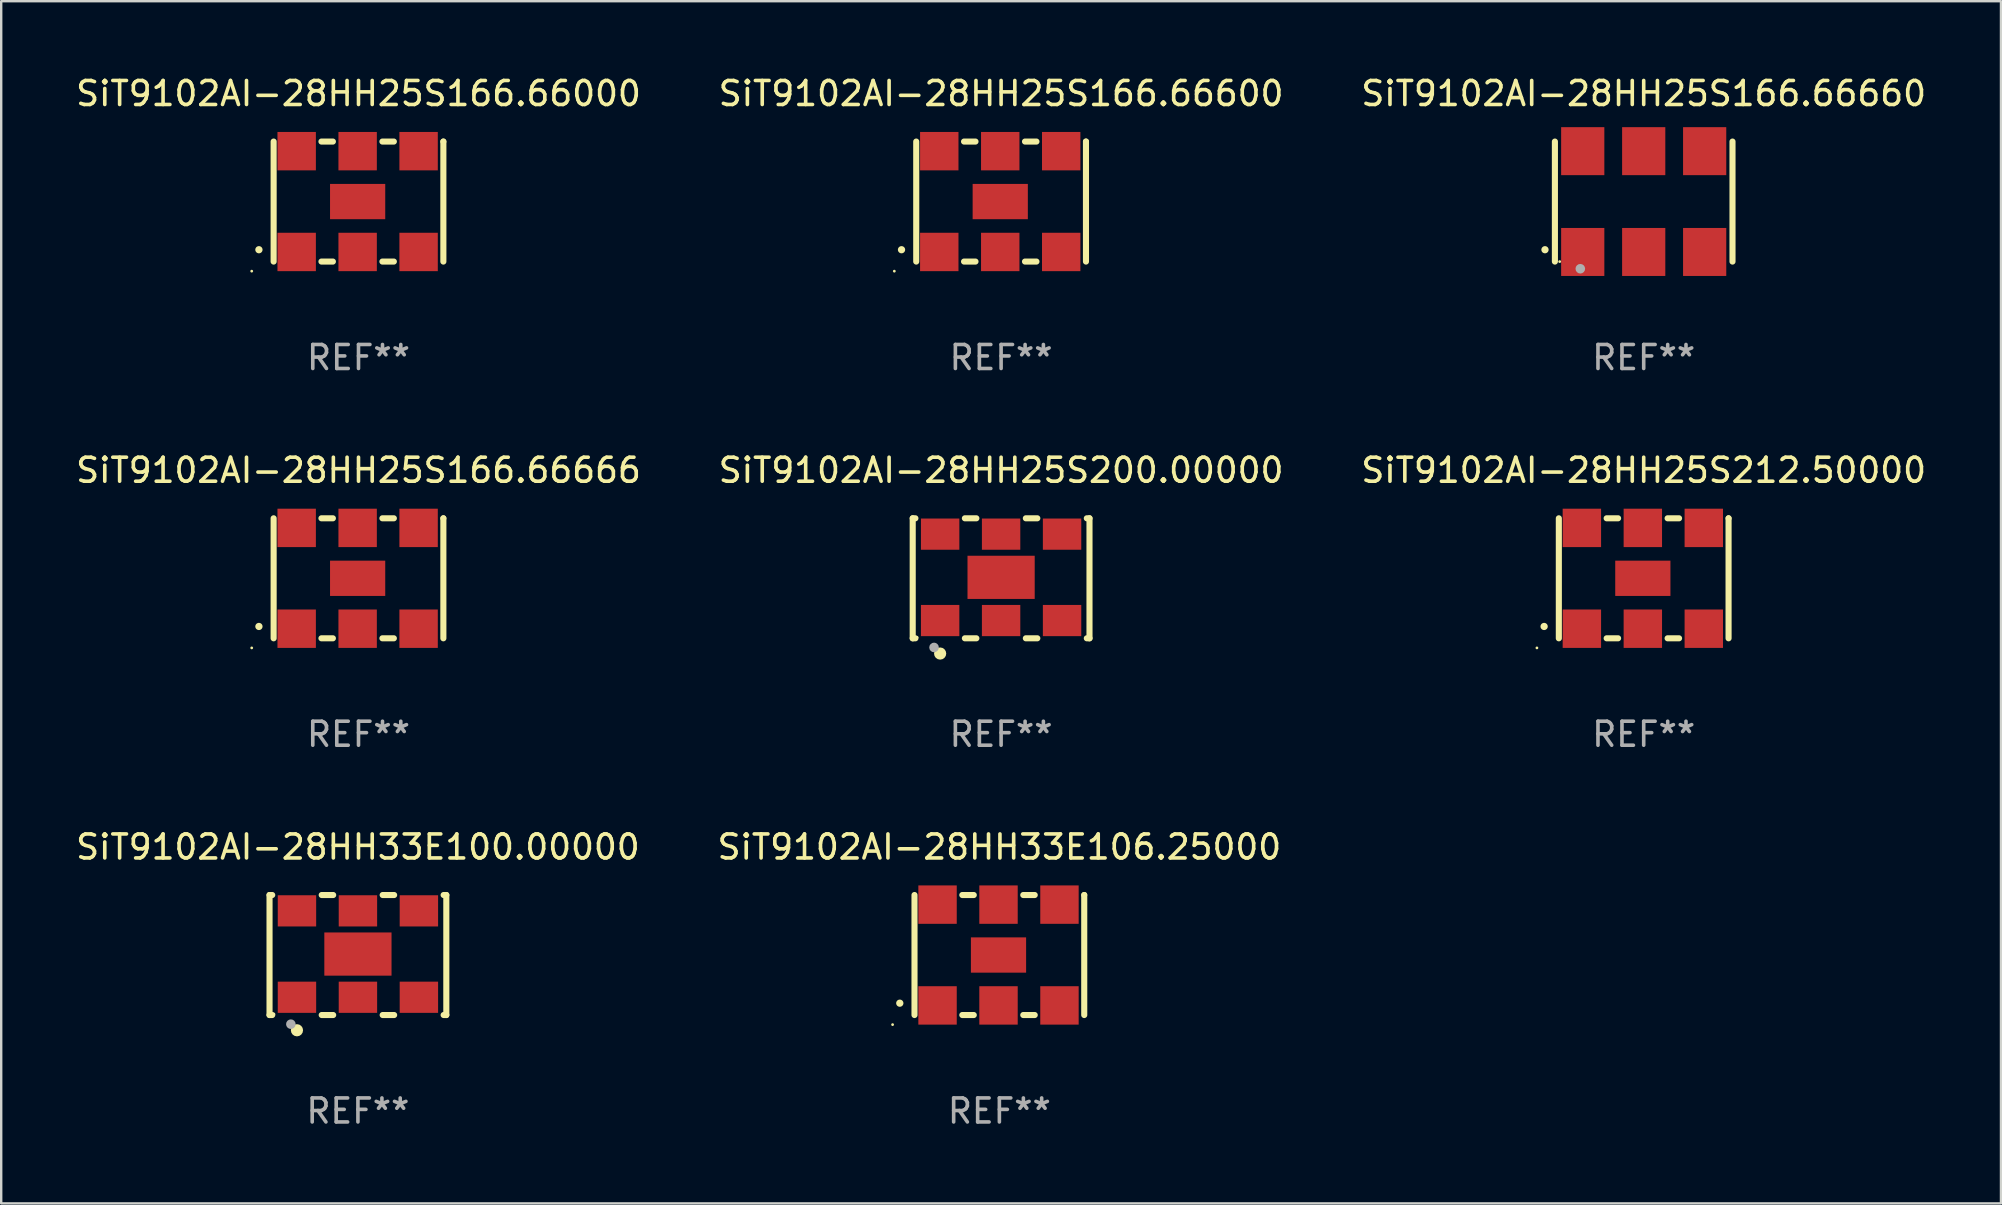
<source format=kicad_pcb>
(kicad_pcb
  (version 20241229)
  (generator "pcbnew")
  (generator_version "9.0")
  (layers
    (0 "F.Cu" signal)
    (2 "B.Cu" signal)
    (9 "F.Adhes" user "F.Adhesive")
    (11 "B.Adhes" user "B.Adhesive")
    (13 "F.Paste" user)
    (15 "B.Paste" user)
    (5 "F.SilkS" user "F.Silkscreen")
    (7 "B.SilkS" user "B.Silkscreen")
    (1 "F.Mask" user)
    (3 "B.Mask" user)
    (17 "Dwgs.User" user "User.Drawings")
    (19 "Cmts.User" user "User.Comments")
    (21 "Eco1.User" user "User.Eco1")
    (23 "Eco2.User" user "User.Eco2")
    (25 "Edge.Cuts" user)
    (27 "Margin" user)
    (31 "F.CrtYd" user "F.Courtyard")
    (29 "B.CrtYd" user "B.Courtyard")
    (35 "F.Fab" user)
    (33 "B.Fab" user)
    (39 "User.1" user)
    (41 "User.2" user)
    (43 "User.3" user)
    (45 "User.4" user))
  (footprint "SiT9102AI-28HH25S166.66660"
    (layer "F.Cu")
    (at 65.435 5.348)
    (property "Reference" "SiT9102AI-28HH25S166.66660" (at 0 -4.5 0) (layer "F.SilkS") (effects (font (size 1 1) (thickness 0.15))))
    (attr through_hole)
    (fp_line (start -3.7 -2.5) (end -3.7 2.5) (stroke (width 0.254) (type solid)) (layer "F.SilkS"))
    (fp_line (start 3.7 -2.5) (end 3.7 2.5) (stroke (width 0.254) (type solid)) (layer "F.SilkS"))
    (fp_arc (start -4.114415 2.006604) (mid -4.113145 2.006599) (end -4.111875 2.006604) (stroke (width 0.3) (type solid)) (layer "F.SilkS"))
    (fp_circle (center -3.5 2.501) (end -3.47 2.501) (stroke (width 0.06) (type solid)) (fill no) (layer "F.SilkS"))
    (fp_circle (center -2.641 2.799) (end -2.541 2.799) (stroke (width 0.2) (type solid)) (fill no) (layer "F.Fab"))
    (fp_text user "REF**" (at 0 6.5 0) (layer "F.Fab") (effects (font (size 1 1) (thickness 0.15))))
    (pad "1" smd rect (at -2.54 2.1) (size 1.8 2) (layers "F.Cu" "F.Mask" "F.Paste"))
    (pad "2" smd rect (at 0.000394 2.1) (size 1.8 2) (layers "F.Cu" "F.Mask" "F.Paste"))
    (pad "3" smd rect (at 2.54 2.1) (size 1.8 2) (layers "F.Cu" "F.Mask" "F.Paste"))
    (pad "4" smd rect (at 2.54 -2.1) (size 1.8 2) (layers "F.Cu" "F.Mask" "F.Paste"))
    (pad "5" smd rect (at 0.000394 -2.1) (size 1.8 2) (layers "F.Cu" "F.Mask" "F.Paste"))
    (pad "6" smd rect (at -2.54 -2.1) (size 1.8 2) (layers "F.Cu" "F.Mask" "F.Paste")))
  (footprint "SiT9102AI-28HH25S212.50000"
    (layer "F.Cu")
    (at 65.435 21.045)
    (property "Reference" "SiT9102AI-28HH25S212.50000" (at 0 -4.5 0) (layer "F.SilkS") (effects (font (size 1 1) (thickness 0.15))))
    (attr through_hole)
    (fp_line (start -3.536 -2.5) (end -3.536 2.5) (stroke (width 0.254) (type solid)) (layer "F.SilkS"))
    (fp_line (start -1.544 2.5) (end -1.067 2.5) (stroke (width 0.254) (type solid)) (layer "F.SilkS"))
    (fp_line (start -1.067 -2.5) (end -1.544 -2.5) (stroke (width 0.254) (type solid)) (layer "F.SilkS"))
    (fp_line (start 0.996 2.5) (end 1.473 2.5) (stroke (width 0.254) (type solid)) (layer "F.SilkS"))
    (fp_line (start 1.473 -2.5) (end 0.996 -2.5) (stroke (width 0.254) (type solid)) (layer "F.SilkS"))
    (fp_line (start 3.536 -2.5) (end 3.536 -2.5) (stroke (width 0.254) (type solid)) (layer "F.SilkS"))
    (fp_line (start 3.536 2.5) (end 3.536 -2.5) (stroke (width 0.254) (type solid)) (layer "F.SilkS"))
    (fp_arc (start -4.150432 2.006604) (mid -4.149162 2.006599) (end -4.147892 2.006604) (stroke (width 0.3) (type solid)) (layer "F.SilkS"))
    (fp_circle (center -4.449 2.9) (end -4.419 2.9) (stroke (width 0.06) (type solid)) (fill no) (layer "F.SilkS"))
    (fp_text user "REF**" (at 0 6.5 0) (layer "F.Fab") (effects (font (size 1 1) (thickness 0.15))))
    (pad "1" smd rect (at -2.576 2.1) (size 1.6 1.6) (layers "F.Cu" "F.Mask" "F.Paste"))
    (pad "2" smd rect (at -0.036 2.1) (size 1.6 1.6) (layers "F.Cu" "F.Mask" "F.Paste"))
    (pad "3" smd rect (at 2.504 2.1) (size 1.6 1.6) (layers "F.Cu" "F.Mask" "F.Paste"))
    (pad "4" smd rect (at 2.504 -2.1) (size 1.6 1.6) (layers "F.Cu" "F.Mask" "F.Paste"))
    (pad "5" smd rect (at -0.036 -2.1) (size 1.6 1.6) (layers "F.Cu" "F.Mask" "F.Paste"))
    (pad "6" smd rect (at -2.576 -2.1) (size 1.6 1.6) (layers "F.Cu" "F.Mask" "F.Paste"))
    (pad "7" smd rect (at -0.036 0) (size 2.3 1.47) (layers "F.Cu" "F.Mask" "F.Paste")))
  (footprint "SiT9102AI-28HH33E100.00000"
    (layer "F.Cu")
    (at 11.863 36.741)
    (property "Reference" "SiT9102AI-28HH33E100.00000" (at 0 -4.5 0) (layer "F.SilkS") (effects (font (size 1 1) (thickness 0.15))))
    (attr through_hole)
    (fp_line (start -3.683 -2.5) (end -3.571 -2.5) (stroke (width 0.254) (type solid)) (layer "F.SilkS"))
    (fp_line (start -3.683 2.5) (end -3.683 -2.5) (stroke (width 0.254) (type solid)) (layer "F.SilkS"))
    (fp_line (start -3.683 2.5) (end -3.571 2.5) (stroke (width 0.254) (type solid)) (layer "F.SilkS"))
    (fp_line (start -1.509 -2.5) (end -1.031 -2.5) (stroke (width 0.254) (type solid)) (layer "F.SilkS"))
    (fp_line (start -1.509 2.5) (end -1.031 2.5) (stroke (width 0.254) (type solid)) (layer "F.SilkS"))
    (fp_line (start 1.031 -2.5) (end 1.509 -2.5) (stroke (width 0.254) (type solid)) (layer "F.SilkS"))
    (fp_line (start 1.031 2.5) (end 1.509 2.5) (stroke (width 0.254) (type solid)) (layer "F.SilkS"))
    (fp_line (start 3.571 -2.5) (end 3.683 -2.5) (stroke (width 0.254) (type solid)) (layer "F.SilkS"))
    (fp_line (start 3.571 2.5) (end 3.683 2.5) (stroke (width 0.254) (type solid)) (layer "F.SilkS"))
    (fp_line (start 3.683 2.5) (end 3.683 -2.5) (stroke (width 0.254) (type solid)) (layer "F.SilkS"))
    (fp_circle (center -3.5 2.46) (end -3.47 2.46) (stroke (width 0.06) (type solid)) (fill no) (layer "F.SilkS"))
    (fp_circle (center -2.54 3.135) (end -2.413 3.135) (stroke (width 0.254) (type solid)) (fill no) (layer "F.SilkS"))
    (fp_circle (center -2.794 2.881) (end -2.694 2.881) (stroke (width 0.2) (type solid)) (fill no) (layer "F.Fab"))
    (fp_text user "REF**" (at 0 6.5 0) (layer "F.Fab") (effects (font (size 1 1) (thickness 0.15))))
    (pad "1" smd rect (at -2.54 1.76) (size 1.6 1.3) (layers "F.Cu" "F.Mask" "F.Paste"))
    (pad "2" smd rect (at 0 1.76) (size 1.6 1.3) (layers "F.Cu" "F.Mask" "F.Paste"))
    (pad "3" smd rect (at 2.54 1.76) (size 1.6 1.3) (layers "F.Cu" "F.Mask" "F.Paste"))
    (pad "4" smd rect (at 2.54 -1.84) (size 1.6 1.3) (layers "F.Cu" "F.Mask" "F.Paste"))
    (pad "5" smd rect (at 0 -1.84) (size 1.6 1.3) (layers "F.Cu" "F.Mask" "F.Paste"))
    (pad "6" smd rect (at -2.54 -1.84) (size 1.6 1.3) (layers "F.Cu" "F.Mask" "F.Paste"))
    (pad "7" smd rect (at 0 -0.04) (size 2.8 1.8) (layers "F.Cu" "F.Mask" "F.Paste")))
  (footprint "SiT9102AI-28HH25S166.66600"
    (layer "F.Cu")
    (at 38.661 5.348)
    (property "Reference" "SiT9102AI-28HH25S166.66600" (at 0 -4.5 0) (layer "F.SilkS") (effects (font (size 1 1) (thickness 0.15))))
    (attr through_hole)
    (fp_line (start -3.536 -2.5) (end -3.536 2.5) (stroke (width 0.254) (type solid)) (layer "F.SilkS"))
    (fp_line (start -1.544 2.5) (end -1.067 2.5) (stroke (width 0.254) (type solid)) (layer "F.SilkS"))
    (fp_line (start -1.067 -2.5) (end -1.544 -2.5) (stroke (width 0.254) (type solid)) (layer "F.SilkS"))
    (fp_line (start 0.996 2.5) (end 1.473 2.5) (stroke (width 0.254) (type solid)) (layer "F.SilkS"))
    (fp_line (start 1.473 -2.5) (end 0.996 -2.5) (stroke (width 0.254) (type solid)) (layer "F.SilkS"))
    (fp_line (start 3.536 -2.5) (end 3.536 -2.5) (stroke (width 0.254) (type solid)) (layer "F.SilkS"))
    (fp_line (start 3.536 2.5) (end 3.536 -2.5) (stroke (width 0.254) (type solid)) (layer "F.SilkS"))
    (fp_arc (start -4.150432 2.006604) (mid -4.149162 2.006599) (end -4.147892 2.006604) (stroke (width 0.3) (type solid)) (layer "F.SilkS"))
    (fp_circle (center -4.449 2.9) (end -4.419 2.9) (stroke (width 0.06) (type solid)) (fill no) (layer "F.SilkS"))
    (fp_text user "REF**" (at 0 6.5 0) (layer "F.Fab") (effects (font (size 1 1) (thickness 0.15))))
    (pad "1" smd rect (at -2.576 2.1) (size 1.6 1.6) (layers "F.Cu" "F.Mask" "F.Paste"))
    (pad "2" smd rect (at -0.036 2.1) (size 1.6 1.6) (layers "F.Cu" "F.Mask" "F.Paste"))
    (pad "3" smd rect (at 2.504 2.1) (size 1.6 1.6) (layers "F.Cu" "F.Mask" "F.Paste"))
    (pad "4" smd rect (at 2.504 -2.1) (size 1.6 1.6) (layers "F.Cu" "F.Mask" "F.Paste"))
    (pad "5" smd rect (at -0.036 -2.1) (size 1.6 1.6) (layers "F.Cu" "F.Mask" "F.Paste"))
    (pad "6" smd rect (at -2.576 -2.1) (size 1.6 1.6) (layers "F.Cu" "F.Mask" "F.Paste"))
    (pad "7" smd rect (at -0.036 0) (size 2.3 1.47) (layers "F.Cu" "F.Mask" "F.Paste")))
  (footprint "SiT9102AI-28HH33E106.25000"
    (layer "F.Cu")
    (at 38.589 36.741)
    (property "Reference" "SiT9102AI-28HH33E106.25000" (at 0 -4.5 0) (layer "F.SilkS") (effects (font (size 1 1) (thickness 0.15))))
    (attr through_hole)
    (fp_line (start -3.536 -2.5) (end -3.536 2.5) (stroke (width 0.254) (type solid)) (layer "F.SilkS"))
    (fp_line (start -1.544 2.5) (end -1.067 2.5) (stroke (width 0.254) (type solid)) (layer "F.SilkS"))
    (fp_line (start -1.067 -2.5) (end -1.544 -2.5) (stroke (width 0.254) (type solid)) (layer "F.SilkS"))
    (fp_line (start 0.996 2.5) (end 1.473 2.5) (stroke (width 0.254) (type solid)) (layer "F.SilkS"))
    (fp_line (start 1.473 -2.5) (end 0.996 -2.5) (stroke (width 0.254) (type solid)) (layer "F.SilkS"))
    (fp_line (start 3.536 -2.5) (end 3.536 -2.5) (stroke (width 0.254) (type solid)) (layer "F.SilkS"))
    (fp_line (start 3.536 2.5) (end 3.536 -2.5) (stroke (width 0.254) (type solid)) (layer "F.SilkS"))
    (fp_arc (start -4.150432 2.006604) (mid -4.149162 2.006599) (end -4.147892 2.006604) (stroke (width 0.3) (type solid)) (layer "F.SilkS"))
    (fp_circle (center -4.449 2.9) (end -4.419 2.9) (stroke (width 0.06) (type solid)) (fill no) (layer "F.SilkS"))
    (fp_text user "REF**" (at 0 6.5 0) (layer "F.Fab") (effects (font (size 1 1) (thickness 0.15))))
    (pad "1" smd rect (at -2.576 2.1) (size 1.6 1.6) (layers "F.Cu" "F.Mask" "F.Paste"))
    (pad "2" smd rect (at -0.036 2.1) (size 1.6 1.6) (layers "F.Cu" "F.Mask" "F.Paste"))
    (pad "3" smd rect (at 2.504 2.1) (size 1.6 1.6) (layers "F.Cu" "F.Mask" "F.Paste"))
    (pad "4" smd rect (at 2.504 -2.1) (size 1.6 1.6) (layers "F.Cu" "F.Mask" "F.Paste"))
    (pad "5" smd rect (at -0.036 -2.1) (size 1.6 1.6) (layers "F.Cu" "F.Mask" "F.Paste"))
    (pad "6" smd rect (at -2.576 -2.1) (size 1.6 1.6) (layers "F.Cu" "F.Mask" "F.Paste"))
    (pad "7" smd rect (at -0.036 0) (size 2.3 1.47) (layers "F.Cu" "F.Mask" "F.Paste")))
  (footprint "SiT9102AI-28HH25S200.00000"
    (layer "F.Cu")
    (at 38.661 21.045)
    (property "Reference" "SiT9102AI-28HH25S200.00000" (at 0 -4.5 0) (layer "F.SilkS") (effects (font (size 1 1) (thickness 0.15))))
    (attr through_hole)
    (fp_line (start -3.683 -2.5) (end -3.571 -2.5) (stroke (width 0.254) (type solid)) (layer "F.SilkS"))
    (fp_line (start -3.683 2.5) (end -3.683 -2.5) (stroke (width 0.254) (type solid)) (layer "F.SilkS"))
    (fp_line (start -3.683 2.5) (end -3.571 2.5) (stroke (width 0.254) (type solid)) (layer "F.SilkS"))
    (fp_line (start -1.509 -2.5) (end -1.031 -2.5) (stroke (width 0.254) (type solid)) (layer "F.SilkS"))
    (fp_line (start -1.509 2.5) (end -1.031 2.5) (stroke (width 0.254) (type solid)) (layer "F.SilkS"))
    (fp_line (start 1.031 -2.5) (end 1.509 -2.5) (stroke (width 0.254) (type solid)) (layer "F.SilkS"))
    (fp_line (start 1.031 2.5) (end 1.509 2.5) (stroke (width 0.254) (type solid)) (layer "F.SilkS"))
    (fp_line (start 3.571 -2.5) (end 3.683 -2.5) (stroke (width 0.254) (type solid)) (layer "F.SilkS"))
    (fp_line (start 3.571 2.5) (end 3.683 2.5) (stroke (width 0.254) (type solid)) (layer "F.SilkS"))
    (fp_line (start 3.683 2.5) (end 3.683 -2.5) (stroke (width 0.254) (type solid)) (layer "F.SilkS"))
    (fp_circle (center -3.5 2.46) (end -3.47 2.46) (stroke (width 0.06) (type solid)) (fill no) (layer "F.SilkS"))
    (fp_circle (center -2.54 3.135) (end -2.413 3.135) (stroke (width 0.254) (type solid)) (fill no) (layer "F.SilkS"))
    (fp_circle (center -2.794 2.881) (end -2.694 2.881) (stroke (width 0.2) (type solid)) (fill no) (layer "F.Fab"))
    (fp_text user "REF**" (at 0 6.5 0) (layer "F.Fab") (effects (font (size 1 1) (thickness 0.15))))
    (pad "1" smd rect (at -2.54 1.76) (size 1.6 1.3) (layers "F.Cu" "F.Mask" "F.Paste"))
    (pad "2" smd rect (at 0 1.76) (size 1.6 1.3) (layers "F.Cu" "F.Mask" "F.Paste"))
    (pad "3" smd rect (at 2.54 1.76) (size 1.6 1.3) (layers "F.Cu" "F.Mask" "F.Paste"))
    (pad "4" smd rect (at 2.54 -1.84) (size 1.6 1.3) (layers "F.Cu" "F.Mask" "F.Paste"))
    (pad "5" smd rect (at 0 -1.84) (size 1.6 1.3) (layers "F.Cu" "F.Mask" "F.Paste"))
    (pad "6" smd rect (at -2.54 -1.84) (size 1.6 1.3) (layers "F.Cu" "F.Mask" "F.Paste"))
    (pad "7" smd rect (at 0 -0.04) (size 2.8 1.8) (layers "F.Cu" "F.Mask" "F.Paste")))
  (footprint "SiT9102AI-28HH25S166.66666"
    (layer "F.Cu")
    (at 11.887 21.045)
    (property "Reference" "SiT9102AI-28HH25S166.66666" (at 0 -4.5 0) (layer "F.SilkS") (effects (font (size 1 1) (thickness 0.15))))
    (attr through_hole)
    (fp_line (start -3.536 -2.5) (end -3.536 2.5) (stroke (width 0.254) (type solid)) (layer "F.SilkS"))
    (fp_line (start -1.544 2.5) (end -1.067 2.5) (stroke (width 0.254) (type solid)) (layer "F.SilkS"))
    (fp_line (start -1.067 -2.5) (end -1.544 -2.5) (stroke (width 0.254) (type solid)) (layer "F.SilkS"))
    (fp_line (start 0.996 2.5) (end 1.473 2.5) (stroke (width 0.254) (type solid)) (layer "F.SilkS"))
    (fp_line (start 1.473 -2.5) (end 0.996 -2.5) (stroke (width 0.254) (type solid)) (layer "F.SilkS"))
    (fp_line (start 3.536 -2.5) (end 3.536 -2.5) (stroke (width 0.254) (type solid)) (layer "F.SilkS"))
    (fp_line (start 3.536 2.5) (end 3.536 -2.5) (stroke (width 0.254) (type solid)) (layer "F.SilkS"))
    (fp_arc (start -4.150432 2.006604) (mid -4.149162 2.006599) (end -4.147892 2.006604) (stroke (width 0.3) (type solid)) (layer "F.SilkS"))
    (fp_circle (center -4.449 2.9) (end -4.419 2.9) (stroke (width 0.06) (type solid)) (fill no) (layer "F.SilkS"))
    (fp_text user "REF**" (at 0 6.5 0) (layer "F.Fab") (effects (font (size 1 1) (thickness 0.15))))
    (pad "1" smd rect (at -2.576 2.1) (size 1.6 1.6) (layers "F.Cu" "F.Mask" "F.Paste"))
    (pad "2" smd rect (at -0.036 2.1) (size 1.6 1.6) (layers "F.Cu" "F.Mask" "F.Paste"))
    (pad "3" smd rect (at 2.504 2.1) (size 1.6 1.6) (layers "F.Cu" "F.Mask" "F.Paste"))
    (pad "4" smd rect (at 2.504 -2.1) (size 1.6 1.6) (layers "F.Cu" "F.Mask" "F.Paste"))
    (pad "5" smd rect (at -0.036 -2.1) (size 1.6 1.6) (layers "F.Cu" "F.Mask" "F.Paste"))
    (pad "6" smd rect (at -2.576 -2.1) (size 1.6 1.6) (layers "F.Cu" "F.Mask" "F.Paste"))
    (pad "7" smd rect (at -0.036 0) (size 2.3 1.47) (layers "F.Cu" "F.Mask" "F.Paste")))
  (footprint "SiT9102AI-28HH25S166.66000"
    (layer "F.Cu")
    (at 11.887 5.348)
    (property "Reference" "SiT9102AI-28HH25S166.66000" (at 0 -4.5 0) (layer "F.SilkS") (effects (font (size 1 1) (thickness 0.15))))
    (attr through_hole)
    (fp_line (start -3.536 -2.5) (end -3.536 2.5) (stroke (width 0.254) (type solid)) (layer "F.SilkS"))
    (fp_line (start -1.544 2.5) (end -1.067 2.5) (stroke (width 0.254) (type solid)) (layer "F.SilkS"))
    (fp_line (start -1.067 -2.5) (end -1.544 -2.5) (stroke (width 0.254) (type solid)) (layer "F.SilkS"))
    (fp_line (start 0.996 2.5) (end 1.473 2.5) (stroke (width 0.254) (type solid)) (layer "F.SilkS"))
    (fp_line (start 1.473 -2.5) (end 0.996 -2.5) (stroke (width 0.254) (type solid)) (layer "F.SilkS"))
    (fp_line (start 3.536 -2.5) (end 3.536 -2.5) (stroke (width 0.254) (type solid)) (layer "F.SilkS"))
    (fp_line (start 3.536 2.5) (end 3.536 -2.5) (stroke (width 0.254) (type solid)) (layer "F.SilkS"))
    (fp_arc (start -4.150432 2.006604) (mid -4.149162 2.006599) (end -4.147892 2.006604) (stroke (width 0.3) (type solid)) (layer "F.SilkS"))
    (fp_circle (center -4.449 2.9) (end -4.419 2.9) (stroke (width 0.06) (type solid)) (fill no) (layer "F.SilkS"))
    (fp_text user "REF**" (at 0 6.5 0) (layer "F.Fab") (effects (font (size 1 1) (thickness 0.15))))
    (pad "1" smd rect (at -2.576 2.1) (size 1.6 1.6) (layers "F.Cu" "F.Mask" "F.Paste"))
    (pad "2" smd rect (at -0.036 2.1) (size 1.6 1.6) (layers "F.Cu" "F.Mask" "F.Paste"))
    (pad "3" smd rect (at 2.504 2.1) (size 1.6 1.6) (layers "F.Cu" "F.Mask" "F.Paste"))
    (pad "4" smd rect (at 2.504 -2.1) (size 1.6 1.6) (layers "F.Cu" "F.Mask" "F.Paste"))
    (pad "5" smd rect (at -0.036 -2.1) (size 1.6 1.6) (layers "F.Cu" "F.Mask" "F.Paste"))
    (pad "6" smd rect (at -2.576 -2.1) (size 1.6 1.6) (layers "F.Cu" "F.Mask" "F.Paste"))
    (pad "7" smd rect (at -0.036 0) (size 2.3 1.47) (layers "F.Cu" "F.Mask" "F.Paste")))
  (gr_rect
    (start -3 -3)
    (end 80.321 47.09)
    (stroke (width 0.1) (type default))
    (fill no)
    (layer "Edge.Cuts")))
</source>
